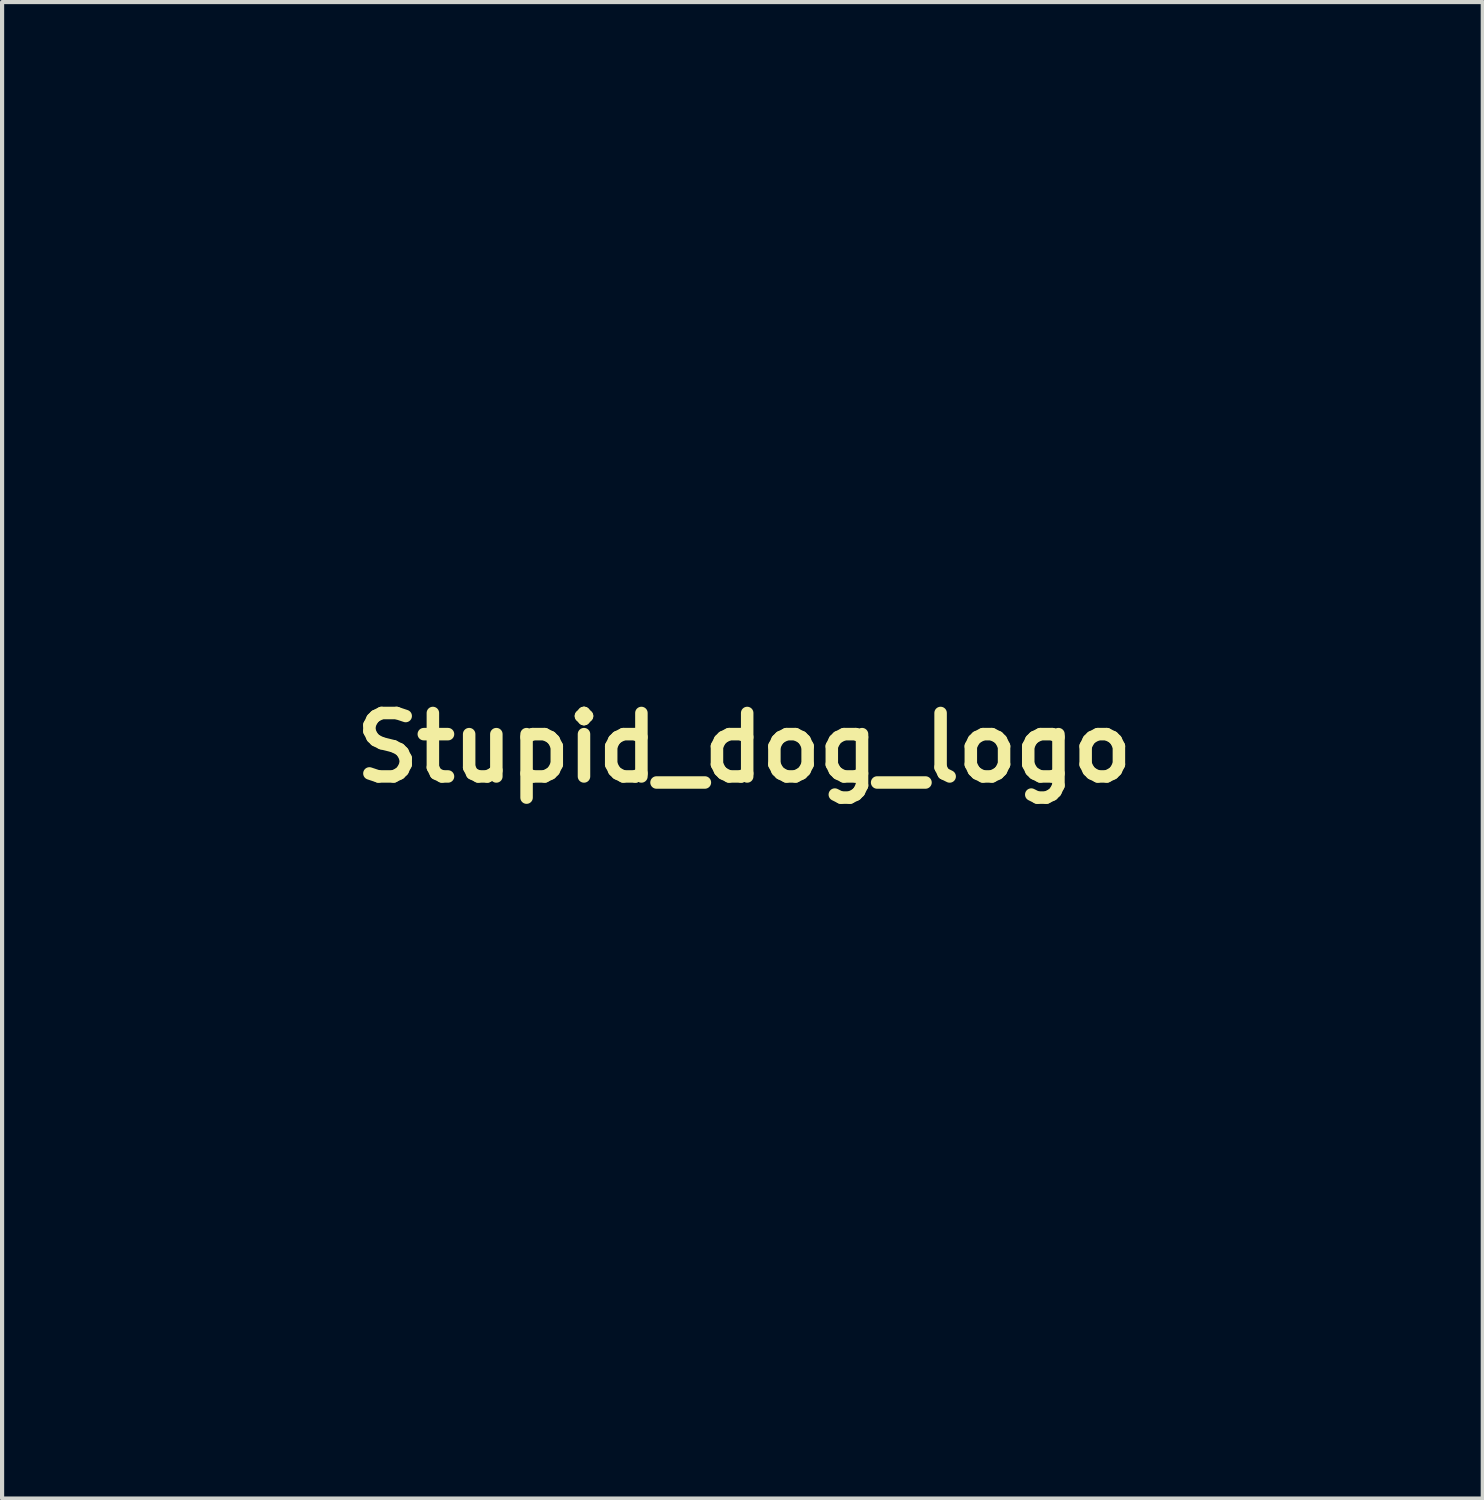
<source format=kicad_pcb>
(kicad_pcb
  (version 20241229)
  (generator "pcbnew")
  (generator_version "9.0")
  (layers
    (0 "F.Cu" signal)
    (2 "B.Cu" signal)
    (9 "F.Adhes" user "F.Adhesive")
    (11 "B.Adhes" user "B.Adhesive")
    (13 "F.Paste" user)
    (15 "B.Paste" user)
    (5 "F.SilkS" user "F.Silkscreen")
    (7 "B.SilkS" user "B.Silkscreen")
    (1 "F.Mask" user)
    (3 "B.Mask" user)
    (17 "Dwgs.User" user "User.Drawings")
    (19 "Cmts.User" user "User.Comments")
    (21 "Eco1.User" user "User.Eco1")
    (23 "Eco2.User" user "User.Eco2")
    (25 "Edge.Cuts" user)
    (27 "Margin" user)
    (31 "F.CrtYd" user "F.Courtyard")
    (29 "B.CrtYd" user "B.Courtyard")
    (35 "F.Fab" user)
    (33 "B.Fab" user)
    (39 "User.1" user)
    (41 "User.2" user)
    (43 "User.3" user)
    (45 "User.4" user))
  (footprint "Stupid_dog_logo"
    (layer "F.Cu")
    (at 14.82 14.906)
    (property "Reference" "Stupid_dog_logo" (at 0 0 0) (layer "F.SilkS") (effects (font (size 1.524 1.524) (thickness 0.3))))
    (attr through_hole)
    (fp_poly (pts (xy 0.5 -12.344) (xy 0.61 -12.318) (xy 0.688 -12.248) (xy 0.751 -12.099) (xy 0.816 -11.837) (xy 0.86 -11.629) (xy 0.946 -11.266) (xy 1.042 -10.934) (xy 1.13 -10.695) (xy 1.145 -10.664) (xy 1.227 -10.394) (xy 1.196 -10.176) (xy 1.08 -10.035) (xy 0.91 -9.998) (xy 0.714 -10.09) (xy 0.615 -10.193) (xy 0.529 -10.361) (xy 0.427 -10.648) (xy 0.323 -11.009) (xy 0.263 -11.256) (xy 0.171 -11.713) (xy 0.137 -12.03) (xy 0.165 -12.228) (xy 0.259 -12.328) (xy 0.425 -12.351) (xy 0.5 -12.344)) (stroke (width 0.01) (type solid)) (fill no) (layer "Eco2.User"))
    (fp_poly (pts (xy 3.407 -12.926) (xy 3.637 -12.595) (xy 3.703 -12.228) (xy 3.607 -11.83) (xy 3.349 -11.404) (xy 2.93 -10.955) (xy 2.891 -10.92) (xy 2.58 -10.646) (xy 2.373 -10.483) (xy 2.253 -10.42) (xy 2.204 -10.447) (xy 2.201 -10.475) (xy 2.247 -10.678) (xy 2.364 -10.96) (xy 2.524 -11.265) (xy 2.699 -11.535) (xy 2.775 -11.63) (xy 2.949 -11.845) (xy 3.024 -12.016) (xy 3.027 -12.217) (xy 3.017 -12.307) (xy 3.012 -12.626) (xy 3.074 -12.901) (xy 3.075 -12.904) (xy 3.182 -13.151) (xy 3.407 -12.926)) (stroke (width 0.01) (type solid)) (fill no) (layer "Eco2.User"))
    (fp_poly (pts (xy -1.281 -11.753) (xy -1.281 -11.667) (xy -1.326 -11.452) (xy -1.409 -11.141) (xy -1.522 -10.766) (xy -1.525 -10.756) (xy -1.645 -10.39) (xy -1.751 -10.101) (xy -1.832 -9.917) (xy -1.875 -9.865) (xy -1.876 -9.867) (xy -1.923 -9.992) (xy -1.993 -10.217) (xy -2.03 -10.351) (xy -2.106 -10.583) (xy -2.18 -10.728) (xy -2.212 -10.753) (xy -2.283 -10.816) (xy -2.28 -10.969) (xy -2.216 -11.155) (xy -2.102 -11.315) (xy -2.095 -11.321) (xy -1.901 -11.47) (xy -1.669 -11.611) (xy -1.451 -11.716) (xy -1.302 -11.756) (xy -1.281 -11.753)) (stroke (width 0.01) (type solid)) (fill no) (layer "Eco2.User"))
    (fp_poly (pts (xy -3.051 -5.536) (xy -3.048 -5.519) (xy -3.1 -5.289) (xy -3.224 -5.038) (xy -3.375 -4.859) (xy -3.384 -4.852) (xy -3.541 -4.662) (xy -3.657 -4.377) (xy -3.708 -4.072) (xy -3.697 -3.909) (xy -3.689 -3.694) (xy -3.727 -3.446) (xy -3.795 -3.222) (xy -3.879 -3.077) (xy -3.929 -3.051) (xy -4.057 -3.111) (xy -4.136 -3.184) (xy -4.3 -3.486) (xy -4.366 -3.874) (xy -4.34 -4.301) (xy -4.231 -4.72) (xy -4.046 -5.086) (xy -3.793 -5.351) (xy -3.772 -5.366) (xy -3.555 -5.478) (xy -3.329 -5.551) (xy -3.144 -5.574) (xy -3.051 -5.536)) (stroke (width 0.01) (type solid)) (fill no) (layer "Eco2.User"))
    (fp_poly (pts (xy -2.49 -5.397) (xy -2.346 -5.233) (xy -2.333 -5.216) (xy -2.183 -4.883) (xy -2.151 -4.483) (xy -2.224 -4.058) (xy -2.39 -3.651) (xy -2.638 -3.301) (xy -2.955 -3.053) (xy -2.97 -3.045) (xy -3.264 -2.917) (xy -3.458 -2.882) (xy -3.535 -2.941) (xy -3.523 -3.013) (xy -3.476 -3.203) (xy -3.471 -3.266) (xy -3.412 -3.395) (xy -3.266 -3.566) (xy -3.22 -3.609) (xy -2.961 -3.939) (xy -2.827 -4.332) (xy -2.829 -4.689) (xy -2.839 -4.921) (xy -2.802 -5.164) (xy -2.732 -5.367) (xy -2.644 -5.476) (xy -2.599 -5.481) (xy -2.49 -5.397)) (stroke (width 0.01) (type solid)) (fill no) (layer "Eco2.User"))
    (fp_poly (pts (xy 2.758 -13.188) (xy 2.788 -13.052) (xy 2.717 -12.864) (xy 2.576 -12.675) (xy 2.394 -12.54) (xy 2.387 -12.537) (xy 2.206 -12.429) (xy 2.13 -12.29) (xy 2.145 -12.072) (xy 2.196 -11.871) (xy 2.229 -11.669) (xy 2.201 -11.443) (xy 2.103 -11.135) (xy 2.08 -11.072) (xy 1.884 -10.551) (xy 1.738 -11.054) (xy 1.65 -11.377) (xy 1.577 -11.678) (xy 1.546 -11.835) (xy 1.468 -12.055) (xy 1.342 -12.199) (xy 1.338 -12.201) (xy 1.207 -12.341) (xy 1.218 -12.518) (xy 1.36 -12.695) (xy 1.524 -12.798) (xy 1.833 -12.932) (xy 2.153 -13.051) (xy 2.442 -13.142) (xy 2.658 -13.192) (xy 2.758 -13.188)) (stroke (width 0.01) (type solid)) (fill no) (layer "Eco2.User"))
    (fp_poly (pts (xy -5.484 -4.762) (xy -5.325 -4.575) (xy -5.236 -4.379) (xy -5.191 -4.103) (xy -5.182 -3.991) (xy -5.181 -3.648) (xy -5.24 -3.337) (xy -5.373 -3.035) (xy -5.596 -2.72) (xy -5.923 -2.371) (xy -6.368 -1.966) (xy -6.716 -1.672) (xy -6.965 -1.472) (xy -7.113 -1.375) (xy -7.182 -1.37) (xy -7.197 -1.425) (xy -7.153 -1.617) (xy -7.042 -1.896) (xy -6.889 -2.208) (xy -6.722 -2.498) (xy -6.568 -2.714) (xy -6.511 -2.771) (xy -6.231 -3.075) (xy -6.037 -3.421) (xy -5.946 -3.767) (xy -5.973 -4.07) (xy -6.001 -4.133) (xy -6.015 -4.334) (xy -5.914 -4.649) (xy -5.912 -4.652) (xy -5.751 -5.028) (xy -5.484 -4.762)) (stroke (width 0.01) (type solid)) (fill no) (layer "Eco2.User"))
    (fp_poly (pts (xy -14.025 -1.621) (xy -14.048 -1.44) (xy -14.062 -1.376) (xy -14.105 -1.072) (xy -14.128 -0.642) (xy -14.133 -0.13) (xy -14.119 0.422) (xy -14.085 0.971) (xy -14.053 1.312) (xy -13.941 2.156) (xy -13.796 2.923) (xy -13.602 3.684) (xy -13.342 4.515) (xy -13.321 4.576) (xy -12.933 5.723) (xy -13.358 6.559) (xy -13.503 6.222) (xy -13.946 5.069) (xy -14.307 3.872) (xy -14.579 2.671) (xy -14.751 1.507) (xy -14.815 0.422) (xy -14.815 0.387) (xy -14.81 0.054) (xy -14.782 -0.2) (xy -14.715 -0.436) (xy -14.594 -0.713) (xy -14.457 -0.988) (xy -14.295 -1.294) (xy -14.158 -1.533) (xy -14.067 -1.672) (xy -14.042 -1.693) (xy -14.025 -1.621)) (stroke (width 0.01) (type solid)) (fill no) (layer "Eco2.User"))
    (fp_poly (pts (xy 5.983 -13.679) (xy 6.195 -13.578) (xy 6.494 -13.429) (xy 6.849 -13.247) (xy 6.859 -13.242) (xy 7.763 -12.723) (xy 8.641 -12.114) (xy 9.517 -11.395) (xy 10.419 -10.546) (xy 10.744 -10.217) (xy 11.116 -9.832) (xy 11.008 -9.446) (xy 10.934 -9.219) (xy 10.869 -9.08) (xy 10.845 -9.059) (xy 10.77 -9.119) (xy 10.608 -9.28) (xy 10.383 -9.516) (xy 10.157 -9.764) (xy 9.235 -10.681) (xy 8.18 -11.531) (xy 7.024 -12.29) (xy 6.287 -12.696) (xy 5.982 -12.856) (xy 5.745 -12.987) (xy 5.608 -13.072) (xy 5.588 -13.091) (xy 5.621 -13.213) (xy 5.699 -13.398) (xy 5.793 -13.581) (xy 5.869 -13.701) (xy 5.89 -13.716) (xy 5.983 -13.679)) (stroke (width 0.01) (type solid)) (fill no) (layer "Eco2.User"))
    (fp_poly (pts (xy -0.695 -11.837) (xy -0.497 -11.752) (xy -0.314 -11.585) (xy -0.312 -11.581) (xy -0.197 -11.297) (xy -0.245 -10.978) (xy -0.453 -10.627) (xy -0.768 -10.298) (xy -0.995 -10.086) (xy -1.116 -9.938) (xy -1.158 -9.807) (xy -1.144 -9.647) (xy -1.138 -9.613) (xy -1.135 -9.351) (xy -1.212 -9.157) (xy -1.343 -9.059) (xy -1.499 -9.084) (xy -1.588 -9.165) (xy -1.608 -9.301) (xy -1.57 -9.547) (xy -1.488 -9.86) (xy -1.376 -10.197) (xy -1.247 -10.514) (xy -1.115 -10.768) (xy -1.047 -10.865) (xy -0.889 -11.08) (xy -0.856 -11.211) (xy -0.933 -11.275) (xy -0.98 -11.372) (xy -0.965 -11.578) (xy -0.964 -11.583) (xy -0.906 -11.774) (xy -0.806 -11.84) (xy -0.695 -11.837)) (stroke (width 0.01) (type solid)) (fill no) (layer "Eco2.User"))
    (fp_poly (pts (xy 0.575 -14.88) (xy 1.419 -14.826) (xy 2.235 -14.742) (xy 2.973 -14.63) (xy 3.478 -14.522) (xy 3.879 -14.414) (xy 4.291 -14.293) (xy 4.682 -14.17) (xy 5.02 -14.056) (xy 5.272 -13.96) (xy 5.405 -13.894) (xy 5.419 -13.878) (xy 5.39 -13.774) (xy 5.323 -13.594) (xy 5.241 -13.401) (xy 5.172 -13.255) (xy 5.142 -13.214) (xy 5.059 -13.243) (xy 4.853 -13.314) (xy 4.562 -13.415) (xy 4.414 -13.466) (xy 2.997 -13.867) (xy 1.52 -14.11) (xy -0.017 -14.196) (xy -1.612 -14.125) (xy -2.024 -14.081) (xy -2.483 -14.028) (xy -2.277 -14.401) (xy -2.137 -14.629) (xy -2 -14.749) (xy -1.795 -14.809) (xy -1.65 -14.83) (xy -1.008 -14.885) (xy -0.25 -14.901) (xy 0.575 -14.88)) (stroke (width 0.01) (type solid)) (fill no) (layer "Eco2.User"))
    (fp_poly (pts (xy -6.317 -4.853) (xy -6.431 -4.628) (xy -6.589 -4.496) (xy -6.816 -4.412) (xy -7.146 -4.304) (xy -7.336 -4.197) (xy -7.41 -4.049) (xy -7.393 -3.821) (xy -7.333 -3.565) (xy -7.241 -3.156) (xy -7.214 -2.841) (xy -7.255 -2.556) (xy -7.37 -2.237) (xy -7.438 -2.085) (xy -7.667 -1.587) (xy -7.762 -2) (xy -7.843 -2.335) (xy -7.94 -2.714) (xy -7.984 -2.879) (xy -8.065 -3.183) (xy -8.134 -3.454) (xy -8.162 -3.572) (xy -8.257 -3.76) (xy -8.382 -3.852) (xy -8.505 -3.968) (xy -8.554 -4.163) (xy -8.521 -4.361) (xy -8.445 -4.461) (xy -8.2 -4.606) (xy -7.848 -4.767) (xy -7.447 -4.924) (xy -7.055 -5.054) (xy -6.73 -5.135) (xy -6.629 -5.148) (xy -6.186 -5.185) (xy -6.317 -4.853)) (stroke (width 0.01) (type solid)) (fill no) (layer "Eco2.User"))
    (fp_poly (pts (xy -4.787 13.495) (xy -4.572 13.547) (xy -4.258 13.631) (xy -3.877 13.738) (xy -3.844 13.748) (xy -2.878 13.99) (xy -1.893 14.173) (xy -0.946 14.288) (xy -0.09 14.326) (xy -0.078 14.326) (xy 0.411 14.308) (xy 1 14.261) (xy 1.63 14.193) (xy 2.242 14.111) (xy 2.774 14.021) (xy 3.003 13.973) (xy 3.221 13.931) (xy 3.356 13.922) (xy 3.372 13.927) (xy 3.367 14.019) (xy 3.318 14.215) (xy 3.283 14.325) (xy 3.162 14.69) (xy 2.322 14.833) (xy 1.303 14.964) (xy 0.231 15.024) (xy -0.831 15.012) (xy -1.815 14.928) (xy -1.947 14.909) (xy -2.739 14.781) (xy -3.429 14.639) (xy -4.085 14.467) (xy -4.629 14.3) (xy -5.152 14.13) (xy -5.022 13.817) (xy -4.936 13.614) (xy -4.879 13.493) (xy -4.872 13.482) (xy -4.787 13.495)) (stroke (width 0.01) (type solid)) (fill no) (layer "Eco2.User"))
    (fp_poly (pts (xy 14.696 -1.014) (xy 14.713 -0.816) (xy 14.726 -0.505) (xy 14.732 -0.113) (xy 14.732 0.013) (xy 14.651 1.636) (xy 14.407 3.216) (xy 14.005 4.747) (xy 13.445 6.221) (xy 12.73 7.631) (xy 12.193 8.496) (xy 11.961 8.838) (xy 11.759 9.127) (xy 11.607 9.335) (xy 11.526 9.433) (xy 11.523 9.435) (xy 11.521 9.376) (xy 11.563 9.182) (xy 11.644 8.881) (xy 11.755 8.499) (xy 11.811 8.317) (xy 11.984 7.795) (xy 12.19 7.233) (xy 12.403 6.7) (xy 12.596 6.265) (xy 13.067 5.185) (xy 13.433 4.121) (xy 13.712 3.012) (xy 13.922 1.803) (xy 13.925 1.778) (xy 13.988 1.401) (xy 14.078 0.963) (xy 14.185 0.497) (xy 14.302 0.036) (xy 14.42 -0.385) (xy 14.528 -0.733) (xy 14.62 -0.976) (xy 14.675 -1.072) (xy 14.696 -1.014)) (stroke (width 0.01) (type solid)) (fill no) (layer "Eco2.User"))
    (fp_poly (pts (xy 11.507 -9.31) (xy 11.649 -9.139) (xy 11.844 -8.872) (xy 12.074 -8.531) (xy 12.324 -8.143) (xy 12.578 -7.731) (xy 12.82 -7.32) (xy 13.034 -6.935) (xy 13.108 -6.794) (xy 13.636 -5.615) (xy 14.077 -4.317) (xy 14.347 -3.268) (xy 14.569 -2.28) (xy 14.34 -1.5) (xy 14.234 -1.154) (xy 14.138 -0.869) (xy 14.065 -0.684) (xy 14.041 -0.639) (xy 14.004 -0.672) (xy 13.979 -0.838) (xy 13.97 -1.077) (xy 13.944 -1.458) (xy 13.871 -1.961) (xy 13.761 -2.547) (xy 13.621 -3.179) (xy 13.462 -3.816) (xy 13.291 -4.422) (xy 13.117 -4.958) (xy 13.035 -5.178) (xy 12.809 -5.701) (xy 12.514 -6.305) (xy 12.177 -6.936) (xy 11.829 -7.538) (xy 11.623 -7.867) (xy 11.162 -8.579) (xy 11.265 -8.948) (xy 11.341 -9.179) (xy 11.411 -9.332) (xy 11.434 -9.358) (xy 11.507 -9.31)) (stroke (width 0.01) (type solid)) (fill no) (layer "Eco2.User"))
    (fp_poly (pts (xy -12.647 6.336) (xy -12.535 6.522) (xy -12.39 6.788) (xy -12.342 6.88) (xy -11.595 8.15) (xy -10.706 9.331) (xy -9.682 10.415) (xy -8.53 11.397) (xy -7.255 12.268) (xy -7.141 12.337) (xy -6.749 12.561) (xy -6.336 12.779) (xy -5.968 12.957) (xy -5.848 13.01) (xy -5.572 13.125) (xy -5.366 13.211) (xy -5.273 13.251) (xy -5.271 13.252) (xy -5.282 13.33) (xy -5.343 13.5) (xy -5.429 13.703) (xy -5.515 13.879) (xy -5.576 13.968) (xy -5.582 13.97) (xy -5.673 13.934) (xy -5.885 13.835) (xy -6.187 13.688) (xy -6.55 13.507) (xy -6.606 13.479) (xy -8.001 12.686) (xy -9.271 11.78) (xy -10.418 10.758) (xy -11.446 9.617) (xy -12.36 8.352) (xy -12.86 7.523) (xy -13.13 7.045) (xy -12.94 6.655) (xy -12.825 6.434) (xy -12.735 6.293) (xy -12.704 6.266) (xy -12.647 6.336)) (stroke (width 0.01) (type solid)) (fill no) (layer "Eco2.User"))
    (fp_poly (pts (xy -2.625 -14.63) (xy -2.664 -14.515) (xy -2.762 -14.317) (xy -2.81 -14.232) (xy -2.908 -14.079) (xy -3.019 -13.969) (xy -3.181 -13.88) (xy -3.432 -13.791) (xy -3.785 -13.688) (xy -4.755 -13.364) (xy -5.772 -12.933) (xy -6.779 -12.422) (xy -7.724 -11.859) (xy -8.527 -11.291) (xy -8.814 -11.072) (xy -9.044 -10.903) (xy -9.19 -10.806) (xy -9.229 -10.792) (xy -9.191 -10.884) (xy -9.089 -11.087) (xy -8.942 -11.367) (xy -8.858 -11.523) (xy -8.61 -11.94) (xy -8.369 -12.248) (xy -8.094 -12.5) (xy -8.043 -12.539) (xy -7.766 -12.721) (xy -7.37 -12.949) (xy -6.892 -13.204) (xy -6.369 -13.468) (xy -5.838 -13.722) (xy -5.337 -13.947) (xy -4.902 -14.126) (xy -4.657 -14.214) (xy -4.291 -14.323) (xy -3.896 -14.427) (xy -3.503 -14.518) (xy -3.147 -14.59) (xy -2.86 -14.636) (xy -2.676 -14.648) (xy -2.625 -14.63)) (stroke (width 0.01) (type solid)) (fill no) (layer "Eco2.User"))
    (fp_poly (pts (xy -9.349 -11.579) (xy -9.366 -11.487) (xy -9.456 -11.282) (xy -9.602 -10.994) (xy -9.786 -10.653) (xy -9.992 -10.289) (xy -10.203 -9.932) (xy -10.401 -9.614) (xy -10.57 -9.362) (xy -10.674 -9.229) (xy -11.122 -8.671) (xy -11.591 -7.99) (xy -12.056 -7.226) (xy -12.497 -6.418) (xy -12.891 -5.609) (xy -13.214 -4.837) (xy -13.386 -4.347) (xy -13.538 -3.906) (xy -13.734 -3.403) (xy -13.954 -2.882) (xy -14.179 -2.386) (xy -14.39 -1.959) (xy -14.568 -1.645) (xy -14.583 -1.622) (xy -14.731 -1.397) (xy -14.731 -1.6) (xy -14.708 -1.899) (xy -14.641 -2.321) (xy -14.541 -2.827) (xy -14.417 -3.38) (xy -14.276 -3.941) (xy -14.129 -4.472) (xy -13.985 -4.934) (xy -13.886 -5.206) (xy -13.272 -6.57) (xy -12.544 -7.874) (xy -11.718 -9.091) (xy -10.815 -10.192) (xy -10.144 -10.881) (xy -9.852 -11.155) (xy -9.606 -11.376) (xy -9.431 -11.525) (xy -9.351 -11.579) (xy -9.349 -11.579)) (stroke (width 0.01) (type solid)) (fill no) (layer "Eco2.User"))
    (fp_poly (pts (xy -5.221 -10.031) (xy -5.125 -9.925) (xy -5.096 -9.809) (xy -5.098 -9.672) (xy -5.167 -9.579) (xy -5.342 -9.496) (xy -5.502 -9.441) (xy -5.761 -9.34) (xy -5.881 -9.249) (xy -5.892 -9.157) (xy -5.843 -8.973) (xy -5.793 -8.763) (xy -5.725 -8.531) (xy -5.619 -8.237) (xy -5.567 -8.107) (xy -5.471 -7.849) (xy -5.451 -7.69) (xy -5.502 -7.579) (xy -5.503 -7.578) (xy -5.694 -7.463) (xy -5.914 -7.487) (xy -6.033 -7.569) (xy -6.116 -7.705) (xy -6.223 -7.953) (xy -6.333 -8.262) (xy -6.344 -8.297) (xy -6.446 -8.606) (xy -6.524 -8.782) (xy -6.598 -8.856) (xy -6.687 -8.856) (xy -6.718 -8.847) (xy -7.1 -8.752) (xy -7.355 -8.755) (xy -7.495 -8.859) (xy -7.534 -9.036) (xy -7.462 -9.11) (xy -7.266 -9.238) (xy -6.973 -9.402) (xy -6.613 -9.586) (xy -6.559 -9.613) (xy -6.05 -9.848) (xy -5.668 -9.995) (xy -5.397 -10.055) (xy -5.221 -10.031)) (stroke (width 0.01) (type solid)) (fill no) (layer "Eco2.User"))
    (fp_poly (pts (xy -2.892 -10.896) (xy -2.815 -10.74) (xy -2.725 -10.467) (xy -2.635 -10.127) (xy -2.556 -9.771) (xy -2.5 -9.448) (xy -2.477 -9.209) (xy -2.484 -9.132) (xy -2.61 -8.874) (xy -2.828 -8.61) (xy -3.08 -8.41) (xy -3.106 -8.395) (xy -3.304 -8.335) (xy -3.58 -8.3) (xy -3.684 -8.297) (xy -3.971 -8.321) (xy -4.177 -8.415) (xy -4.318 -8.538) (xy -4.548 -8.875) (xy -4.702 -9.338) (xy -4.771 -9.895) (xy -4.773 -9.937) (xy -4.744 -10.259) (xy -4.652 -10.442) (xy -4.521 -10.491) (xy -4.375 -10.413) (xy -4.238 -10.213) (xy -4.133 -9.898) (xy -4.11 -9.771) (xy -4.021 -9.355) (xy -3.897 -9.085) (xy -3.727 -8.942) (xy -3.661 -8.919) (xy -3.435 -8.932) (xy -3.282 -9.041) (xy -3.109 -9.215) (xy -3.289 -9.915) (xy -3.375 -10.264) (xy -3.416 -10.492) (xy -3.415 -10.642) (xy -3.375 -10.755) (xy -3.341 -10.811) (xy -3.172 -10.978) (xy -3 -10.983) (xy -2.892 -10.896)) (stroke (width 0.01) (type solid)) (fill no) (layer "Eco2.User"))
    (fp_poly (pts (xy 11.231 8.663) (xy 11.221 8.752) (xy 11.169 8.967) (xy 11.085 9.273) (xy 11.008 9.533) (xy 10.887 9.919) (xy 10.782 10.192) (xy 10.664 10.402) (xy 10.503 10.601) (xy 10.268 10.838) (xy 10.181 10.922) (xy 9.046 11.902) (xy 7.792 12.776) (xy 6.444 13.529) (xy 5.024 14.147) (xy 4.601 14.299) (xy 4.168 14.443) (xy 3.876 14.529) (xy 3.706 14.561) (xy 3.642 14.544) (xy 3.641 14.535) (xy 3.666 14.447) (xy 3.729 14.251) (xy 3.774 14.117) (xy 3.853 13.909) (xy 3.943 13.775) (xy 4.089 13.68) (xy 4.334 13.587) (xy 4.472 13.541) (xy 4.931 13.37) (xy 5.486 13.13) (xy 6.09 12.843) (xy 6.698 12.531) (xy 7.263 12.219) (xy 7.74 11.929) (xy 7.77 11.91) (xy 8.571 11.33) (xy 9.365 10.66) (xy 10.104 9.944) (xy 10.739 9.226) (xy 10.856 9.078) (xy 11.033 8.858) (xy 11.168 8.708) (xy 11.231 8.663) (xy 11.231 8.663)) (stroke (width 0.01) (type solid)) (fill no) (layer "Eco2.User"))
    (fp_poly (pts (xy -0.03 -6.663) (xy 0.07 -6.461) (xy 0.053 -6.236) (xy -0.007 -6.089) (xy -0.125 -6.025) (xy -0.339 -6.011) (xy -0.563 -5.994) (xy -0.7 -5.913) (xy -0.818 -5.724) (xy -0.833 -5.694) (xy -1.011 -5.264) (xy -1.077 -4.914) (xy -1.056 -4.734) (xy -0.957 -4.593) (xy -0.801 -4.61) (xy -0.595 -4.781) (xy -0.469 -4.948) (xy -0.468 -5.067) (xy -0.495 -5.106) (xy -0.519 -5.243) (xy -0.423 -5.391) (xy -0.248 -5.513) (xy -0.036 -5.574) (xy 0.053 -5.573) (xy 0.207 -5.535) (xy 0.293 -5.433) (xy 0.348 -5.218) (xy 0.356 -5.174) (xy 0.425 -4.909) (xy 0.52 -4.698) (xy 0.552 -4.654) (xy 0.63 -4.544) (xy 0.601 -4.452) (xy 0.459 -4.328) (xy 0.256 -4.187) (xy 0.13 -4.163) (xy 0.036 -4.253) (xy 0.015 -4.288) (xy -0.049 -4.364) (xy -0.141 -4.352) (xy -0.305 -4.243) (xy -0.357 -4.204) (xy -0.675 -4.033) (xy -1.008 -3.974) (xy -1.306 -4.028) (xy -1.485 -4.152) (xy -1.604 -4.384) (xy -1.671 -4.721) (xy -1.683 -5.11) (xy -1.635 -5.493) (xy -1.572 -5.713) (xy -1.404 -6.018) (xy -1.156 -6.32) (xy -0.874 -6.57) (xy -0.604 -6.723) (xy -0.559 -6.736) (xy -0.246 -6.76) (xy -0.03 -6.663)) (stroke (width 0.01) (type solid)) (fill no) (layer "Eco2.User"))
    (fp_poly (pts (xy -8.27 -9.797) (xy -8.163 -9.726) (xy -8.085 -9.62) (xy -7.985 -9.36) (xy -8.015 -9.126) (xy -8.164 -8.961) (xy -8.257 -8.924) (xy -8.469 -8.92) (xy -8.591 -8.972) (xy -8.766 -9.02) (xy -8.995 -8.964) (xy -9.225 -8.835) (xy -9.405 -8.661) (xy -9.482 -8.472) (xy -9.483 -8.461) (xy -9.469 -8.386) (xy -9.409 -8.338) (xy -9.271 -8.311) (xy -9.025 -8.3) (xy -8.651 -8.297) (xy -8.262 -8.294) (xy -8.003 -8.279) (xy -7.837 -8.244) (xy -7.722 -8.183) (xy -7.635 -8.101) (xy -7.466 -7.831) (xy -7.449 -7.535) (xy -7.588 -7.202) (xy -7.877 -6.829) (xy -8.237 -6.49) (xy -8.612 -6.232) (xy -8.975 -6.065) (xy -9.298 -6.002) (xy -9.553 -6.052) (xy -9.635 -6.113) (xy -9.712 -6.266) (xy -9.734 -6.468) (xy -9.702 -6.646) (xy -9.631 -6.724) (xy -9.487 -6.764) (xy -9.255 -6.827) (xy -9.169 -6.851) (xy -8.921 -6.947) (xy -8.665 -7.091) (xy -8.448 -7.251) (xy -8.316 -7.394) (xy -8.297 -7.45) (xy -8.376 -7.482) (xy -8.587 -7.513) (xy -8.895 -7.538) (xy -9.11 -7.548) (xy -9.488 -7.565) (xy -9.738 -7.588) (xy -9.898 -7.629) (xy -10.01 -7.699) (xy -10.113 -7.81) (xy -10.13 -7.832) (xy -10.285 -8.138) (xy -10.298 -8.478) (xy -10.188 -8.824) (xy -9.972 -9.154) (xy -9.668 -9.441) (xy -9.294 -9.66) (xy -8.868 -9.788) (xy -8.721 -9.805) (xy -8.438 -9.819) (xy -8.27 -9.797)) (stroke (width 0.01) (type solid)) (fill no) (layer "Eco2.User"))
    (fp_poly (pts (xy 7.142 -5.245) (xy 7.308 -5.132) (xy 7.434 -4.998) (xy 7.527 -4.817) (xy 7.594 -4.565) (xy 7.643 -4.217) (xy 7.679 -3.748) (xy 7.707 -3.175) (xy 7.734 -2.678) (xy 7.768 -2.222) (xy 7.806 -1.841) (xy 7.844 -1.572) (xy 7.87 -1.468) (xy 7.922 -1.272) (xy 7.899 -1.092) (xy 7.795 -0.858) (xy 7.684 -0.613) (xy 7.633 -0.401) (xy 7.642 -0.164) (xy 7.707 0.154) (xy 7.747 0.31) (xy 7.845 0.806) (xy 7.862 1.279) (xy 7.796 1.785) (xy 7.659 2.332) (xy 7.571 2.665) (xy 7.516 2.935) (xy 7.501 3.102) (xy 7.511 3.135) (xy 7.603 3.202) (xy 7.808 3.343) (xy 8.097 3.538) (xy 8.442 3.768) (xy 8.509 3.813) (xy 8.906 4.082) (xy 9.294 4.356) (xy 9.629 4.602) (xy 9.864 4.787) (xy 10.314 5.131) (xy 10.726 5.363) (xy 11.154 5.51) (xy 11.303 5.544) (xy 11.562 5.609) (xy 11.706 5.694) (xy 11.791 5.838) (xy 11.822 5.925) (xy 11.873 6.152) (xy 11.837 6.316) (xy 11.779 6.406) (xy 11.529 6.633) (xy 11.218 6.76) (xy 11.091 6.773) (xy 10.809 6.723) (xy 10.43 6.581) (xy 9.989 6.366) (xy 9.519 6.091) (xy 9.244 5.91) (xy 8.653 5.503) (xy 8.18 5.185) (xy 7.806 4.949) (xy 7.509 4.789) (xy 7.27 4.696) (xy 7.067 4.665) (xy 6.88 4.687) (xy 6.689 4.756) (xy 6.473 4.865) (xy 6.37 4.922) (xy 6.074 5.082) (xy 5.804 5.228) (xy 5.651 5.309) (xy 5.418 5.431) (xy 5.863 5.734) (xy 6.264 6.016) (xy 6.614 6.286) (xy 6.965 6.585) (xy 7.367 6.955) (xy 7.493 7.075) (xy 7.809 7.364) (xy 8.138 7.644) (xy 8.424 7.867) (xy 8.505 7.925) (xy 8.824 8.174) (xy 9.105 8.453) (xy 9.323 8.73) (xy 9.448 8.97) (xy 9.465 9.097) (xy 9.427 9.199) (xy 9.322 9.255) (xy 9.108 9.279) (xy 8.975 9.285) (xy 8.622 9.278) (xy 8.264 9.245) (xy 8.128 9.222) (xy 7.826 9.153) (xy 7.581 9.065) (xy 7.356 8.935) (xy 7.111 8.738) (xy 6.808 8.45) (xy 6.646 8.289) (xy 6.342 7.995) (xy 6.049 7.734) (xy 5.804 7.537) (xy 5.673 7.451) (xy 5.406 7.278) (xy 5.157 7.066) (xy 5.142 7.05) (xy 4.935 6.878) (xy 4.645 6.69) (xy 4.417 6.568) (xy 4.133 6.419) (xy 3.961 6.282) (xy 3.854 6.112) (xy 3.805 5.985) (xy 3.654 5.696) (xy 3.471 5.539) (xy 2.975 5.31) (xy 2.604 5.127) (xy 2.329 4.97) (xy 2.12 4.819) (xy 1.947 4.653) (xy 1.781 4.451) (xy 1.669 4.301) (xy 1.45 4.011) (xy 1.285 3.832) (xy 1.136 3.732) (xy 0.966 3.68) (xy 0.899 3.669) (xy 0.569 3.557) (xy 0.278 3.317) (xy 0.275 3.314) (xy 0.111 3.144) (xy 0.029 3.092) (xy 0.002 3.145) (xy 0 3.195) (xy -0.044 3.313) (xy -0.187 3.463) (xy -0.448 3.663) (xy -0.741 3.86) (xy -1.083 4.075) (xy -1.403 4.259) (xy -1.657 4.389) (xy -1.761 4.431) (xy -1.983 4.547) (xy -2.231 4.741) (xy -2.341 4.851) (xy -2.641 5.183) (xy -2.315 5.52) (xy -2.065 5.741) (xy -1.797 5.924) (xy -1.675 5.984) (xy -1.402 6.155) (xy -1.288 6.38) (xy -1.312 6.604) (xy -1.439 6.77) (xy -1.653 6.826) (xy -1.917 6.777) (xy -2.196 6.63) (xy -2.405 6.443) (xy -2.603 6.309) (xy -2.786 6.264) (xy -3.108 6.24) (xy -3.295 6.159) (xy -3.376 6) (xy -3.387 5.869) (xy -3.387 5.576) (xy -3.775 5.9) (xy -4.044 6.127) (xy -4.366 6.406) (xy -4.654 6.658) (xy -4.91 6.875) (xy -5.136 7.047) (xy -5.289 7.141) (xy -5.302 7.146) (xy -5.432 7.24) (xy -5.613 7.432) (xy -5.788 7.657) (xy -5.999 7.923) (xy -6.216 8.115) (xy -6.499 8.282) (xy -6.72 8.386) (xy -7.223 8.582) (xy -7.657 8.691) (xy -7.997 8.706) (xy -8.176 8.655) (xy -8.355 8.619) (xy -8.6 8.698) (xy -8.609 8.703) (xy -8.788 8.777) (xy -8.932 8.785) (xy -9.112 8.722) (xy -9.27 8.645) (xy -9.514 8.516) (xy -9.624 8.417) (xy -9.62 8.309) (xy -9.522 8.15) (xy -9.516 8.141) (xy -9.429 7.992) (xy -9.446 7.903) (xy -9.591 7.849) (xy -9.814 7.813) (xy -10.063 7.802) (xy -10.159 7.853) (xy -10.16 7.863) (xy -10.221 7.949) (xy -10.376 7.944) (xy -10.583 7.855) (xy -10.746 7.739) (xy -10.939 7.525) (xy -11.005 7.288) (xy -11.007 7.241) (xy -11.054 7.015) (xy -11.175 6.889) (xy -11.333 6.894) (xy -11.353 6.905) (xy -11.416 6.878) (xy -11.43 6.799) (xy -11.357 6.673) (xy -11.147 6.477) (xy -10.81 6.222) (xy -10.69 6.138) (xy -9.86 5.592) (xy -9.121 5.16) (xy -8.451 4.831) (xy -7.829 4.593) (xy -7.426 4.479) (xy -7.014 4.309) (xy -6.749 4.082) (xy -6.526 3.844) (xy -6.261 3.568) (xy -6.122 3.428) (xy -5.767 3.073) (xy -5.993 2.531) (xy -6.117 2.192) (xy -6.187 1.876) (xy -6.217 1.506) (xy -6.221 1.27) (xy -6.178 0.668) (xy -6.033 0.167) (xy -5.767 -0.28) (xy -5.452 -0.632) (xy -4.892 -1.174) (xy -4.427 -1.608) (xy -4.035 -1.947) (xy -3.696 -2.208) (xy -3.387 -2.405) (xy -3.087 -2.553) (xy -2.777 -2.668) (xy -2.499 -2.748) (xy -2.287 -2.795) (xy -2.061 -2.825) (xy -1.788 -2.838) (xy -1.436 -2.835) (xy -0.973 -2.817) (xy -0.516 -2.793) (xy 0.021 -2.757) (xy 0.547 -2.713) (xy 1.02 -2.663) (xy 1.394 -2.613) (xy 1.566 -2.583) (xy 1.904 -2.511) (xy 2.211 -2.447) (xy 2.413 -2.406) (xy 2.667 -2.356) (xy 2.671 -3.443) (xy 2.686 -4.051) (xy 2.73 -4.495) (xy 2.811 -4.78) (xy 2.939 -4.912) (xy 3.122 -4.894) (xy 3.367 -4.731) (xy 3.683 -4.428) (xy 3.938 -4.15) (xy 4.614 -3.389) (xy 5.038 -3.389) (xy 5.302 -3.401) (xy 5.5 -3.431) (xy 5.556 -3.451) (xy 5.643 -3.557) (xy 5.771 -3.764) (xy 5.876 -3.961) (xy 6.059 -4.278) (xy 6.273 -4.588) (xy 6.383 -4.723) (xy 6.571 -4.949) (xy 6.722 -5.157) (xy 6.762 -5.225) (xy 6.86 -5.412) (xy 7.142 -5.245)) (stroke (width 0.01) (type solid)) (fill no) (layer "Eco2.User")))
  (gr_rect
    (start -3 -3)
    (end 32.557 32.935)
    (stroke (width 0.1) (type default))
    (fill no)
    (layer "Edge.Cuts")))
</source>
